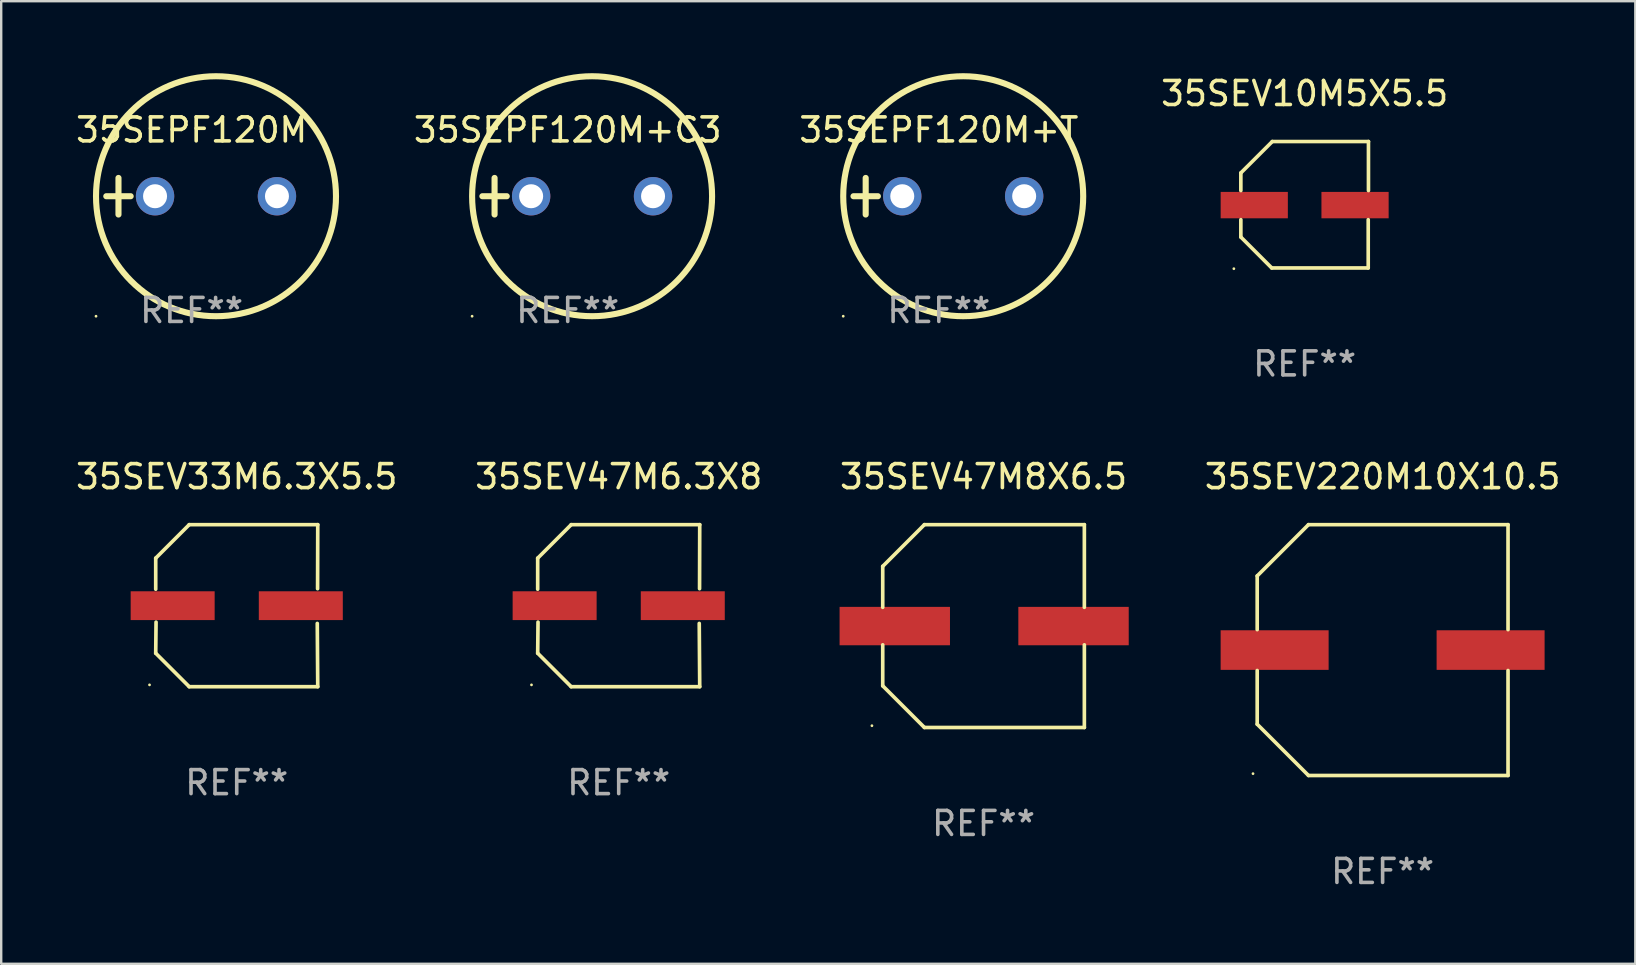
<source format=kicad_pcb>
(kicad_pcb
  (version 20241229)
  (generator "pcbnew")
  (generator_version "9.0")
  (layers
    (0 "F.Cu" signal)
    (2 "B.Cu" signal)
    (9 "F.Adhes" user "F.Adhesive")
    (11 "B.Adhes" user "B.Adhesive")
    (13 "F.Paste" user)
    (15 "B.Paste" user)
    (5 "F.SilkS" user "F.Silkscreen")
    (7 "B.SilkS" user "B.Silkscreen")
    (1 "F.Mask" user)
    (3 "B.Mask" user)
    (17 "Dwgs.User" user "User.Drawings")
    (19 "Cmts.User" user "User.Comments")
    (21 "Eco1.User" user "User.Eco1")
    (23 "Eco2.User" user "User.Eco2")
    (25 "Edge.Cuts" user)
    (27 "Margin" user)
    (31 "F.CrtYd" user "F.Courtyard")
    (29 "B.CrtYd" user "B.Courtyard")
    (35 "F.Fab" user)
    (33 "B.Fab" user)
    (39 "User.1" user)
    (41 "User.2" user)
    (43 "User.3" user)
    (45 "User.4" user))
  (footprint "35SEPF120M"
    (layer "F.Cu")
    (at 4.935 5.127)
    (property "Reference" "35SEPF120M" (at 0 -2.762 0) (layer "F.SilkS") (effects (font (size 1 1) (thickness 0.15))))
    (attr through_hole)
    (fp_line (start -3.556 0) (end -2.54 0) (stroke (width 0.254) (type solid)) (layer "F.SilkS"))
    (fp_line (start -3.048 -0.762) (end -3.048 0.762) (stroke (width 0.254) (type solid)) (layer "F.SilkS"))
    (fp_circle (center -3.984 5) (end -3.954 5) (stroke (width 0.06) (type solid)) (fill no) (layer "F.SilkS"))
    (fp_circle (center 1.016 0) (end 6.016 0) (stroke (width 0.254) (type solid)) (fill no) (layer "F.SilkS"))
    (fp_text user "REF**" (at 0 4.762 0) (layer "F.Fab") (effects (font (size 1 1) (thickness 0.15))))
    (pad "1" thru_hole circle (at -1.524 0) (size 1.6 1.6) (drill 1) (layers "*.Cu" "*.Mask"))
    (pad "2" thru_hole circle (at 3.556 0) (size 1.6 1.6) (drill 1) (layers "*.Cu" "*.Mask")))
  (footprint "35SEV220M10X10.5"
    (layer "F.Cu")
    (at 54.565 24.039)
    (property "Reference" "35SEV220M10X10.5" (at 0 -7.226 0) (layer "F.SilkS") (effects (font (size 1 1) (thickness 0.15))))
    (attr through_hole)
    (fp_line (start -5.226 -3.09) (end -5.226 -0.852) (stroke (width 0.152) (type solid)) (layer "F.SilkS"))
    (fp_line (start -5.226 3.09) (end -5.226 0.852) (stroke (width 0.152) (type solid)) (layer "F.SilkS"))
    (fp_line (start -3.09 -5.226) (end -5.226 -3.09) (stroke (width 0.152) (type solid)) (layer "F.SilkS"))
    (fp_line (start -3.09 5.226) (end -5.226 3.09) (stroke (width 0.152) (type solid)) (layer "F.SilkS"))
    (fp_line (start 5.226 -5.226) (end -3.09 -5.226) (stroke (width 0.152) (type solid)) (layer "F.SilkS"))
    (fp_line (start 5.226 -0.852) (end 5.226 -5.226) (stroke (width 0.152) (type solid)) (layer "F.SilkS"))
    (fp_line (start 5.226 0.852) (end 5.226 5.226) (stroke (width 0.152) (type solid)) (layer "F.SilkS"))
    (fp_line (start 5.226 5.226) (end -3.09 5.226) (stroke (width 0.152) (type solid)) (layer "F.SilkS"))
    (fp_circle (center -5.401 5.15) (end -5.371 5.15) (stroke (width 0.06) (type solid)) (fill no) (layer "F.SilkS"))
    (fp_text user "REF**" (at 0 9.226 0) (layer "F.Fab") (effects (font (size 1 1) (thickness 0.15))))
    (pad "1" smd rect (at -4.5 0) (size 4.5 1.65) (layers "F.Cu" "F.Mask" "F.Paste"))
    (pad "2" smd rect (at 4.5 0) (size 4.5 1.65) (layers "F.Cu" "F.Mask" "F.Paste")))
  (footprint "35SEPF120M+C3"
    (layer "F.Cu")
    (at 20.607 5.127)
    (property "Reference" "35SEPF120M+C3" (at 0 -2.762 0) (layer "F.SilkS") (effects (font (size 1 1) (thickness 0.15))))
    (attr through_hole)
    (fp_line (start -3.556 0) (end -2.54 0) (stroke (width 0.254) (type solid)) (layer "F.SilkS"))
    (fp_line (start -3.048 -0.762) (end -3.048 0.762) (stroke (width 0.254) (type solid)) (layer "F.SilkS"))
    (fp_circle (center -3.984 5) (end -3.954 5) (stroke (width 0.06) (type solid)) (fill no) (layer "F.SilkS"))
    (fp_circle (center 1.016 0) (end 6.016 0) (stroke (width 0.254) (type solid)) (fill no) (layer "F.SilkS"))
    (fp_text user "REF**" (at 0 4.762 0) (layer "F.Fab") (effects (font (size 1 1) (thickness 0.15))))
    (pad "1" thru_hole circle (at -1.524 0) (size 1.6 1.6) (drill 1) (layers "*.Cu" "*.Mask"))
    (pad "2" thru_hole circle (at 3.556 0) (size 1.6 1.6) (drill 1) (layers "*.Cu" "*.Mask")))
  (footprint "35SEV10M5X5.5"
    (layer "F.Cu")
    (at 51.316 5.482)
    (property "Reference" "35SEV10M5X5.5" (at 0 -4.634 0) (layer "F.SilkS") (effects (font (size 1 1) (thickness 0.15))))
    (attr through_hole)
    (fp_line (start -2.659 -1.326) (end -2.659 -0.592) (stroke (width 0.152) (type solid)) (layer "F.SilkS"))
    (fp_line (start -2.659 1.346) (end -2.659 0.622) (stroke (width 0.152) (type solid)) (layer "F.SilkS"))
    (fp_line (start -1.372 2.634) (end -2.659 1.346) (stroke (width 0.152) (type solid)) (layer "F.SilkS"))
    (fp_line (start -1.349 -2.634) (end -2.659 -1.326) (stroke (width 0.152) (type solid)) (layer "F.SilkS"))
    (fp_line (start 2.649 0.622) (end 2.649 2.634) (stroke (width 0.152) (type solid)) (layer "F.SilkS"))
    (fp_line (start 2.649 2.634) (end -1.372 2.634) (stroke (width 0.152) (type solid)) (layer "F.SilkS"))
    (fp_line (start 2.659 -2.634) (end -1.349 -2.634) (stroke (width 0.152) (type solid)) (layer "F.SilkS"))
    (fp_line (start 2.659 -0.592) (end 2.659 -2.634) (stroke (width 0.152) (type solid)) (layer "F.SilkS"))
    (fp_circle (center -2.95 2.665) (end -2.92 2.665) (stroke (width 0.06) (type solid)) (fill no) (layer "F.SilkS"))
    (fp_text user "REF**" (at 0 6.634 0) (layer "F.Fab") (effects (font (size 1 1) (thickness 0.15))))
    (pad "1" smd rect (at -2.1 0.015) (size 2.8 1.1) (layers "F.Cu" "F.Mask" "F.Paste"))
    (pad "2" smd rect (at 2.1 0.015) (size 2.8 1.1) (layers "F.Cu" "F.Mask" "F.Paste")))
  (footprint "35SEPF120M+T"
    (layer "F.Cu")
    (at 36.072 5.127)
    (property "Reference" "35SEPF120M+T" (at 0 -2.762 0) (layer "F.SilkS") (effects (font (size 1 1) (thickness 0.15))))
    (attr through_hole)
    (fp_line (start -3.556 0) (end -2.54 0) (stroke (width 0.254) (type solid)) (layer "F.SilkS"))
    (fp_line (start -3.048 -0.762) (end -3.048 0.762) (stroke (width 0.254) (type solid)) (layer "F.SilkS"))
    (fp_circle (center -3.984 5) (end -3.954 5) (stroke (width 0.06) (type solid)) (fill no) (layer "F.SilkS"))
    (fp_circle (center 1.016 0) (end 6.016 0) (stroke (width 0.254) (type solid)) (fill no) (layer "F.SilkS"))
    (fp_text user "REF**" (at 0 4.762 0) (layer "F.Fab") (effects (font (size 1 1) (thickness 0.15))))
    (pad "1" thru_hole circle (at -1.524 0) (size 1.6 1.6) (drill 1) (layers "*.Cu" "*.Mask"))
    (pad "2" thru_hole circle (at 3.556 0) (size 1.6 1.6) (drill 1) (layers "*.Cu" "*.Mask")))
  (footprint "35SEV47M8X6.5"
    (layer "F.Cu")
    (at 37.935 23.039)
    (property "Reference" "35SEV47M8X6.5" (at 0 -6.226 0) (layer "F.SilkS") (effects (font (size 1 1) (thickness 0.15))))
    (attr through_hole)
    (fp_line (start -4.201 -2.49) (end -4.201 -0.782) (stroke (width 0.152) (type solid)) (layer "F.SilkS"))
    (fp_line (start -4.201 2.49) (end -4.201 0.782) (stroke (width 0.152) (type solid)) (layer "F.SilkS"))
    (fp_line (start -2.465 -4.226) (end -4.201 -2.49) (stroke (width 0.152) (type solid)) (layer "F.SilkS"))
    (fp_line (start -2.465 4.226) (end -4.201 2.49) (stroke (width 0.152) (type solid)) (layer "F.SilkS"))
    (fp_line (start 4.201 -4.226) (end -2.465 -4.226) (stroke (width 0.152) (type solid)) (layer "F.SilkS"))
    (fp_line (start 4.201 -0.782) (end 4.201 -4.226) (stroke (width 0.152) (type solid)) (layer "F.SilkS"))
    (fp_line (start 4.201 0.782) (end 4.201 4.226) (stroke (width 0.152) (type solid)) (layer "F.SilkS"))
    (fp_line (start 4.201 4.226) (end -2.465 4.226) (stroke (width 0.152) (type solid)) (layer "F.SilkS"))
    (fp_circle (center -4.651 4.152) (end -4.621 4.152) (stroke (width 0.06) (type solid)) (fill no) (layer "F.SilkS"))
    (fp_text user "REF**" (at 0 8.226 0) (layer "F.Fab") (effects (font (size 1 1) (thickness 0.15))))
    (pad "1" smd rect (at -3.699 0) (size 4.6 1.6) (layers "F.Cu" "F.Mask" "F.Paste"))
    (pad "2" smd rect (at 3.75 0) (size 4.6 1.6) (layers "F.Cu" "F.Mask" "F.Paste")))
  (footprint "35SEV47M6.3X8"
    (layer "F.Cu")
    (at 22.732 22.189)
    (property "Reference" "35SEV47M6.3X8" (at 0 -5.376 0) (layer "F.SilkS") (effects (font (size 1 1) (thickness 0.15))))
    (attr through_hole)
    (fp_line (start -3.376 -1.98) (end -3.376 -0.686) (stroke (width 0.152) (type solid)) (layer "F.SilkS"))
    (fp_line (start -3.376 1.981) (end -3.362 0.686) (stroke (width 0.152) (type solid)) (layer "F.SilkS"))
    (fp_line (start -1.981 3.376) (end -3.376 1.981) (stroke (width 0.152) (type solid)) (layer "F.SilkS"))
    (fp_line (start -1.98 -3.376) (end -3.376 -1.98) (stroke (width 0.152) (type solid)) (layer "F.SilkS"))
    (fp_line (start 3.356 0.74) (end 3.376 3.376) (stroke (width 0.152) (type solid)) (layer "F.SilkS"))
    (fp_line (start 3.369 -0.707) (end 3.376 -3.376) (stroke (width 0.152) (type solid)) (layer "F.SilkS"))
    (fp_line (start 3.376 3.376) (end -1.981 3.376) (stroke (width 0.152) (type solid)) (layer "F.SilkS"))
    (fp_line (start 3.376 -3.376) (end -1.98 -3.376) (stroke (width 0.152) (type solid)) (layer "F.SilkS"))
    (fp_circle (center -3.634 3.3) (end -3.604 3.3) (stroke (width 0.06) (type solid)) (fill no) (layer "F.SilkS"))
    (fp_text user "REF**" (at 0 7.376 0) (layer "F.Fab") (effects (font (size 1 1) (thickness 0.15))))
    (pad "1" smd rect (at -2.67 0.000254) (size 3.5 1.2) (layers "F.Cu" "F.Mask" "F.Paste"))
    (pad "2" smd rect (at 2.67 0.000254) (size 3.5 1.2) (layers "F.Cu" "F.Mask" "F.Paste")))
  (footprint "35SEV33M6.3X5.5"
    (layer "F.Cu")
    (at 6.815 22.189)
    (property "Reference" "35SEV33M6.3X5.5" (at 0 -5.376 0) (layer "F.SilkS") (effects (font (size 1 1) (thickness 0.15))))
    (attr through_hole)
    (fp_line (start -3.376 -1.98) (end -3.376 -0.686) (stroke (width 0.152) (type solid)) (layer "F.SilkS"))
    (fp_line (start -3.376 1.981) (end -3.362 0.686) (stroke (width 0.152) (type solid)) (layer "F.SilkS"))
    (fp_line (start -1.981 3.376) (end -3.376 1.981) (stroke (width 0.152) (type solid)) (layer "F.SilkS"))
    (fp_line (start -1.98 -3.376) (end -3.376 -1.98) (stroke (width 0.152) (type solid)) (layer "F.SilkS"))
    (fp_line (start 3.356 0.74) (end 3.376 3.376) (stroke (width 0.152) (type solid)) (layer "F.SilkS"))
    (fp_line (start 3.369 -0.707) (end 3.376 -3.376) (stroke (width 0.152) (type solid)) (layer "F.SilkS"))
    (fp_line (start 3.376 3.376) (end -1.981 3.376) (stroke (width 0.152) (type solid)) (layer "F.SilkS"))
    (fp_line (start 3.376 -3.376) (end -1.98 -3.376) (stroke (width 0.152) (type solid)) (layer "F.SilkS"))
    (fp_circle (center -3.634 3.3) (end -3.604 3.3) (stroke (width 0.06) (type solid)) (fill no) (layer "F.SilkS"))
    (fp_text user "REF**" (at 0 7.376 0) (layer "F.Fab") (effects (font (size 1 1) (thickness 0.15))))
    (pad "1" smd rect (at -2.67 0.000254) (size 3.5 1.2) (layers "F.Cu" "F.Mask" "F.Paste"))
    (pad "2" smd rect (at 2.67 0.000254) (size 3.5 1.2) (layers "F.Cu" "F.Mask" "F.Paste")))
  (gr_rect
    (start -3 -3)
    (end 65.095 37.113)
    (stroke (width 0.1) (type default))
    (fill no)
    (layer "Edge.Cuts")))
</source>
